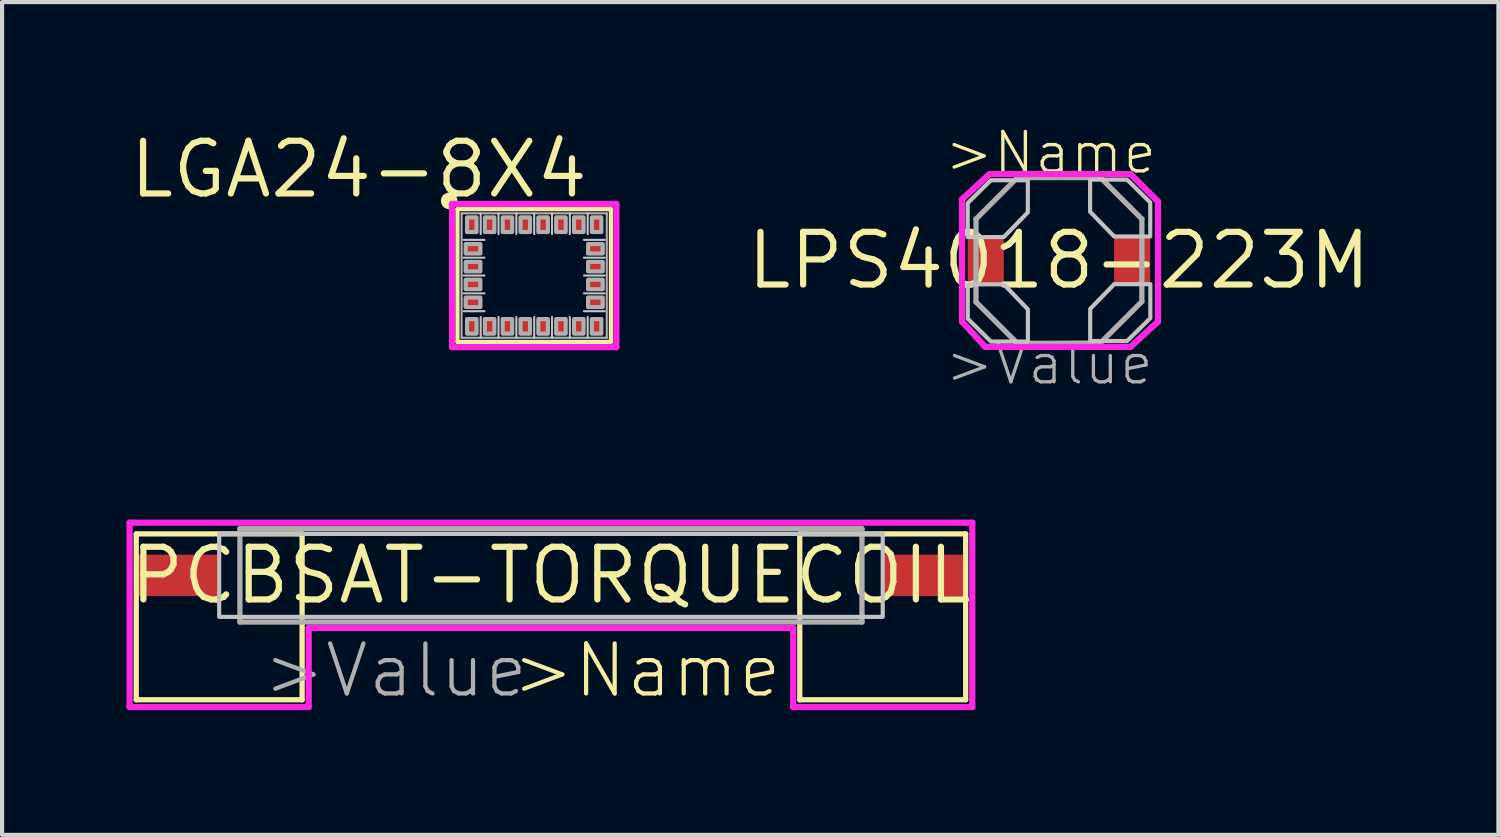
<source format=kicad_pcb>
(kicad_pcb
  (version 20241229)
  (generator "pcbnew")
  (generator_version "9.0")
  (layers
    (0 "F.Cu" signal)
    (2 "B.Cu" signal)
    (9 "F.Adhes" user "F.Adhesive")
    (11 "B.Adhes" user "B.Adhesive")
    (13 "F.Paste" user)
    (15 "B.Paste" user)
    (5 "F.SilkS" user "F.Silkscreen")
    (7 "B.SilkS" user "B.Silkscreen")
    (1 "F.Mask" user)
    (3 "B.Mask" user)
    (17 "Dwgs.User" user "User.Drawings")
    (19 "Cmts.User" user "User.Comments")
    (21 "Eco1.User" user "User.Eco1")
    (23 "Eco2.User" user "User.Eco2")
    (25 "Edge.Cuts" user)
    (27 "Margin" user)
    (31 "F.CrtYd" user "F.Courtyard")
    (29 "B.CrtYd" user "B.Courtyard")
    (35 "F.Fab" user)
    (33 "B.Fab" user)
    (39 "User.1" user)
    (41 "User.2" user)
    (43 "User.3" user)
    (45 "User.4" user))
  (footprint "PCBSAT-TORQUECOIL"
    (layer "F.Cu")
    (at 10.235 10.824)
    (property "Reference" "PCBSAT-TORQUECOIL" (at 0 0 0) (layer "F.SilkS") (effects (font (size 1.27 1.27) (thickness 0.15))))
    (attr through_hole)
    (fp_line (start -10 -1) (end -10 3) (stroke (width 0.127) (type solid)) (layer "F.SilkS"))
    (fp_line (start -10 3) (end -6 3) (stroke (width 0.127) (type solid)) (layer "F.SilkS"))
    (fp_line (start -6 -1) (end -10 -1) (stroke (width 0.127) (type solid)) (layer "F.SilkS"))
    (fp_line (start -6 3) (end -6 -1) (stroke (width 0.127) (type solid)) (layer "F.SilkS"))
    (fp_line (start 6 -1) (end 10 -1) (stroke (width 0.127) (type solid)) (layer "F.SilkS"))
    (fp_line (start 6 3) (end 6 -1) (stroke (width 0.127) (type solid)) (layer "F.SilkS"))
    (fp_line (start 10 -1) (end 10 3) (stroke (width 0.127) (type solid)) (layer "F.SilkS"))
    (fp_line (start 10 3) (end 6 3) (stroke (width 0.127) (type solid)) (layer "F.SilkS"))
    (fp_poly (pts (xy -8 1) (xy 8 1) (xy 8 -1) (xy -8 -1)) (stroke (width 0.1) (type solid)) (fill no) (layer "Dwgs.User"))
    (fp_line (start -10.16 -1.27) (end 10.16 -1.27) (stroke (width 0.15) (type solid)) (layer "F.CrtYd"))
    (fp_line (start -10.16 3.175) (end -10.16 -1.27) (stroke (width 0.15) (type solid)) (layer "F.CrtYd"))
    (fp_line (start -10.16 3.175) (end -5.842 3.175) (stroke (width 0.15) (type solid)) (layer "F.CrtYd"))
    (fp_line (start -5.842 1.27) (end 5.842 1.27) (stroke (width 0.15) (type solid)) (layer "F.CrtYd"))
    (fp_line (start -5.842 3.175) (end -5.842 1.27) (stroke (width 0.15) (type solid)) (layer "F.CrtYd"))
    (fp_line (start 5.842 1.27) (end 5.842 3.175) (stroke (width 0.15) (type solid)) (layer "F.CrtYd"))
    (fp_line (start 5.842 3.175) (end 10.16 3.175) (stroke (width 0.15) (type solid)) (layer "F.CrtYd"))
    (fp_line (start 10.16 -1.27) (end 10.16 3.175) (stroke (width 0.15) (type solid)) (layer "F.CrtYd"))
    (fp_line (start -7.5 -1.125) (end 7.5 -1.125) (stroke (width 0.127) (type solid)) (layer "F.Fab"))
    (fp_line (start -7.5 1.125) (end -7.5 -1.125) (stroke (width 0.127) (type solid)) (layer "F.Fab"))
    (fp_line (start 7.5 -1.125) (end 7.5 1.125) (stroke (width 0.127) (type solid)) (layer "F.Fab"))
    (fp_line (start 7.5 1.125) (end -7.5 1.125) (stroke (width 0.127) (type solid)) (layer "F.Fab"))
    (fp_text user ">Name" (at -1 3 0) (layer "F.SilkS") (effects (font (size 1.206 1.206) (thickness 0.102)) (justify left bottom)))
    (fp_text user ">Value" (at -7 3 0) (layer "F.Fab") (effects (font (size 1.206 1.206) (thickness 0.102)) (justify left bottom)))
    (pad "1" smd rect (at -9 0) (size 2 1) (layers "F.Cu" "F.Mask" "F.Paste"))
    (pad "2" smd rect (at 9 0) (size 2 1) (layers "F.Cu" "F.Mask" "F.Paste")))
  (footprint "LGA24-8X4"
    (layer "F.Cu")
    (at 9.831 3.594)
    (property "Reference" "LGA24-8X4" (at 1.372 -3.302 0) (layer "F.SilkS") (effects (font (size 1.27 1.27) (thickness 0.15)) (justify right top)))
    (attr through_hole)
    (fp_line (start -1.85 -1.6) (end 1.85 -1.6) (stroke (width 0.102) (type solid)) (layer "F.SilkS"))
    (fp_line (start -1.85 1.6) (end -1.85 -1.6) (stroke (width 0.102) (type solid)) (layer "F.SilkS"))
    (fp_line (start 1.85 -1.6) (end 1.85 1.6) (stroke (width 0.102) (type solid)) (layer "F.SilkS"))
    (fp_line (start 1.85 1.6) (end -1.85 1.6) (stroke (width 0.102) (type solid)) (layer "F.SilkS"))
    (fp_circle (center -2.05 -1.8) (end -1.85 -1.8) (stroke (width 0) (type solid)) (fill yes) (layer "F.SilkS"))
    (fp_line (start -1.7 -0.86) (end -1.2 -0.86) (stroke (width 0.051) (type solid)) (layer "Dwgs.User"))
    (fp_line (start -1.7 -0.43) (end -1.2 -0.43) (stroke (width 0.051) (type solid)) (layer "Dwgs.User"))
    (fp_line (start -1.7 0) (end -1.2 0) (stroke (width 0.051) (type solid)) (layer "Dwgs.User"))
    (fp_line (start -1.7 0.43) (end -1.2 0.43) (stroke (width 0.051) (type solid)) (layer "Dwgs.User"))
    (fp_line (start -1.7 0.86) (end -1.2 0.86) (stroke (width 0.051) (type solid)) (layer "Dwgs.User"))
    (fp_line (start -1.29 -1.5) (end -1.29 -1) (stroke (width 0.051) (type solid)) (layer "Dwgs.User"))
    (fp_line (start -1.29 1.5) (end -1.29 1) (stroke (width 0.051) (type solid)) (layer "Dwgs.User"))
    (fp_line (start -0.86 -1.5) (end -0.86 -1) (stroke (width 0.051) (type solid)) (layer "Dwgs.User"))
    (fp_line (start -0.86 1.5) (end -0.86 1) (stroke (width 0.051) (type solid)) (layer "Dwgs.User"))
    (fp_line (start -0.43 -1.5) (end -0.43 -1) (stroke (width 0.051) (type solid)) (layer "Dwgs.User"))
    (fp_line (start -0.43 1.5) (end -0.43 1) (stroke (width 0.051) (type solid)) (layer "Dwgs.User"))
    (fp_line (start 0 -1.5) (end 0 -1) (stroke (width 0.051) (type solid)) (layer "Dwgs.User"))
    (fp_line (start 0 1.5) (end 0 1) (stroke (width 0.051) (type solid)) (layer "Dwgs.User"))
    (fp_line (start 0.43 -1.5) (end 0.43 -1) (stroke (width 0.051) (type solid)) (layer "Dwgs.User"))
    (fp_line (start 0.43 1.5) (end 0.43 1) (stroke (width 0.051) (type solid)) (layer "Dwgs.User"))
    (fp_line (start 0.86 -1.5) (end 0.86 -1) (stroke (width 0.051) (type solid)) (layer "Dwgs.User"))
    (fp_line (start 0.86 1.5) (end 0.86 1) (stroke (width 0.051) (type solid)) (layer "Dwgs.User"))
    (fp_line (start 1.29 -1.5) (end 1.29 -1) (stroke (width 0.051) (type solid)) (layer "Dwgs.User"))
    (fp_line (start 1.29 1.5) (end 1.29 1) (stroke (width 0.051) (type solid)) (layer "Dwgs.User"))
    (fp_line (start 1.7 -0.86) (end 1.2 -0.86) (stroke (width 0.051) (type solid)) (layer "Dwgs.User"))
    (fp_line (start 1.7 -0.43) (end 1.2 -0.43) (stroke (width 0.051) (type solid)) (layer "Dwgs.User"))
    (fp_line (start 1.7 0) (end 1.2 0) (stroke (width 0.051) (type solid)) (layer "Dwgs.User"))
    (fp_line (start 1.7 0.43) (end 1.2 0.43) (stroke (width 0.051) (type solid)) (layer "Dwgs.User"))
    (fp_line (start 1.7 0.86) (end 1.2 0.86) (stroke (width 0.051) (type solid)) (layer "Dwgs.User"))
    (fp_line (start -1.981 -1.727) (end -1.981 1.727) (stroke (width 0.15) (type solid)) (layer "F.CrtYd"))
    (fp_line (start -1.981 1.727) (end 1.981 1.727) (stroke (width 0.15) (type solid)) (layer "F.CrtYd"))
    (fp_line (start 1.981 -1.727) (end -1.981 -1.727) (stroke (width 0.15) (type solid)) (layer "F.CrtYd"))
    (fp_line (start 1.981 1.727) (end 1.981 -1.727) (stroke (width 0.15) (type solid)) (layer "F.CrtYd"))
    (fp_line (start -1.75 -1.5) (end 1.75 -1.5) (stroke (width 0.051) (type solid)) (layer "F.Fab"))
    (fp_line (start -1.75 1.5) (end -1.75 -1.5) (stroke (width 0.051) (type solid)) (layer "F.Fab"))
    (fp_line (start 1.75 -1.5) (end 1.75 1.5) (stroke (width 0.051) (type solid)) (layer "F.Fab"))
    (fp_line (start 1.75 1.5) (end -1.75 1.5) (stroke (width 0.051) (type solid)) (layer "F.Fab"))
    (fp_poly (pts (xy -1.65 -0.53) (xy -1.3 -0.53) (xy -1.3 -0.76) (xy -1.65 -0.76)) (stroke (width 0.1) (type solid)) (fill no) (layer "F.Fab"))
    (fp_poly (pts (xy -1.65 -0.1) (xy -1.3 -0.1) (xy -1.3 -0.33) (xy -1.65 -0.33)) (stroke (width 0.1) (type solid)) (fill no) (layer "F.Fab"))
    (fp_poly (pts (xy -1.65 0.33) (xy -1.3 0.33) (xy -1.3 0.1) (xy -1.65 0.1)) (stroke (width 0.1) (type solid)) (fill no) (layer "F.Fab"))
    (fp_poly (pts (xy -1.65 0.76) (xy -1.3 0.76) (xy -1.3 0.53) (xy -1.65 0.53)) (stroke (width 0.1) (type solid)) (fill no) (layer "F.Fab"))
    (fp_poly (pts (xy -1.62 -1.05) (xy -1.39 -1.05) (xy -1.39 -1.4) (xy -1.62 -1.4)) (stroke (width 0.1) (type solid)) (fill no) (layer "F.Fab"))
    (fp_poly (pts (xy -1.39 1.05) (xy -1.62 1.05) (xy -1.62 1.4) (xy -1.39 1.4)) (stroke (width 0.1) (type solid)) (fill no) (layer "F.Fab"))
    (fp_poly (pts (xy -1.19 -1.05) (xy -0.96 -1.05) (xy -0.96 -1.4) (xy -1.19 -1.4)) (stroke (width 0.1) (type solid)) (fill no) (layer "F.Fab"))
    (fp_poly (pts (xy -0.96 1.05) (xy -1.19 1.05) (xy -1.19 1.4) (xy -0.96 1.4)) (stroke (width 0.1) (type solid)) (fill no) (layer "F.Fab"))
    (fp_poly (pts (xy -0.76 -1.05) (xy -0.53 -1.05) (xy -0.53 -1.4) (xy -0.76 -1.4)) (stroke (width 0.1) (type solid)) (fill no) (layer "F.Fab"))
    (fp_poly (pts (xy -0.53 1.05) (xy -0.76 1.05) (xy -0.76 1.4) (xy -0.53 1.4)) (stroke (width 0.1) (type solid)) (fill no) (layer "F.Fab"))
    (fp_poly (pts (xy -0.33 -1.05) (xy -0.1 -1.05) (xy -0.1 -1.4) (xy -0.33 -1.4)) (stroke (width 0.1) (type solid)) (fill no) (layer "F.Fab"))
    (fp_poly (pts (xy -0.1 1.05) (xy -0.33 1.05) (xy -0.33 1.4) (xy -0.1 1.4)) (stroke (width 0.1) (type solid)) (fill no) (layer "F.Fab"))
    (fp_poly (pts (xy 0.1 -1.05) (xy 0.33 -1.05) (xy 0.33 -1.4) (xy 0.1 -1.4)) (stroke (width 0.1) (type solid)) (fill no) (layer "F.Fab"))
    (fp_poly (pts (xy 0.33 1.05) (xy 0.1 1.05) (xy 0.1 1.4) (xy 0.33 1.4)) (stroke (width 0.1) (type solid)) (fill no) (layer "F.Fab"))
    (fp_poly (pts (xy 0.53 -1.05) (xy 0.76 -1.05) (xy 0.76 -1.4) (xy 0.53 -1.4)) (stroke (width 0.1) (type solid)) (fill no) (layer "F.Fab"))
    (fp_poly (pts (xy 0.76 1.05) (xy 0.53 1.05) (xy 0.53 1.4) (xy 0.76 1.4)) (stroke (width 0.1) (type solid)) (fill no) (layer "F.Fab"))
    (fp_poly (pts (xy 0.96 -1.05) (xy 1.19 -1.05) (xy 1.19 -1.4) (xy 0.96 -1.4)) (stroke (width 0.1) (type solid)) (fill no) (layer "F.Fab"))
    (fp_poly (pts (xy 1.19 1.05) (xy 0.96 1.05) (xy 0.96 1.4) (xy 1.19 1.4)) (stroke (width 0.1) (type solid)) (fill no) (layer "F.Fab"))
    (fp_poly (pts (xy 1.39 -1.05) (xy 1.62 -1.05) (xy 1.62 -1.4) (xy 1.39 -1.4)) (stroke (width 0.1) (type solid)) (fill no) (layer "F.Fab"))
    (fp_poly (pts (xy 1.62 1.05) (xy 1.39 1.05) (xy 1.39 1.4) (xy 1.62 1.4)) (stroke (width 0.1) (type solid)) (fill no) (layer "F.Fab"))
    (fp_poly (pts (xy 1.65 -0.76) (xy 1.3 -0.76) (xy 1.3 -0.53) (xy 1.65 -0.53)) (stroke (width 0.1) (type solid)) (fill no) (layer "F.Fab"))
    (fp_poly (pts (xy 1.65 -0.33) (xy 1.3 -0.33) (xy 1.3 -0.1) (xy 1.65 -0.1)) (stroke (width 0.1) (type solid)) (fill no) (layer "F.Fab"))
    (fp_poly (pts (xy 1.65 0.1) (xy 1.3 0.1) (xy 1.3 0.33) (xy 1.65 0.33)) (stroke (width 0.1) (type solid)) (fill no) (layer "F.Fab"))
    (fp_poly (pts (xy 1.65 0.53) (xy 1.3 0.53) (xy 1.3 0.76) (xy 1.65 0.76)) (stroke (width 0.1) (type solid)) (fill no) (layer "F.Fab"))
    (pad "1" smd rect (at -1.505 -1.225 90) (size 0.45 0.27) (layers "F.Cu" "F.Mask" "F.Paste"))
    (pad "2" smd rect (at -1.475 -0.645 180) (size 0.45 0.27) (layers "F.Cu" "F.Mask" "F.Paste"))
    (pad "3" smd rect (at -1.475 -0.215 180) (size 0.45 0.27) (layers "F.Cu" "F.Mask" "F.Paste"))
    (pad "4" smd rect (at -1.475 0.215 180) (size 0.45 0.27) (layers "F.Cu" "F.Mask" "F.Paste"))
    (pad "5" smd rect (at -1.475 0.645 180) (size 0.45 0.27) (layers "F.Cu" "F.Mask" "F.Paste"))
    (pad "6" smd rect (at -1.505 1.225 270) (size 0.45 0.27) (layers "F.Cu" "F.Mask" "F.Paste"))
    (pad "7" smd rect (at -1.075 1.225 270) (size 0.45 0.27) (layers "F.Cu" "F.Mask" "F.Paste"))
    (pad "8" smd rect (at -0.645 1.225 270) (size 0.45 0.27) (layers "F.Cu" "F.Mask" "F.Paste"))
    (pad "9" smd rect (at -0.215 1.225 270) (size 0.45 0.27) (layers "F.Cu" "F.Mask" "F.Paste"))
    (pad "10" smd rect (at 0.215 1.225 270) (size 0.45 0.27) (layers "F.Cu" "F.Mask" "F.Paste"))
    (pad "11" smd rect (at 0.645 1.225 270) (size 0.45 0.27) (layers "F.Cu" "F.Mask" "F.Paste"))
    (pad "12" smd rect (at 1.075 1.225 270) (size 0.45 0.27) (layers "F.Cu" "F.Mask" "F.Paste"))
    (pad "13" smd rect (at 1.505 1.225 270) (size 0.45 0.27) (layers "F.Cu" "F.Mask" "F.Paste"))
    (pad "14" smd rect (at 1.475 0.645) (size 0.45 0.27) (layers "F.Cu" "F.Mask" "F.Paste"))
    (pad "15" smd rect (at 1.475 0.215) (size 0.45 0.27) (layers "F.Cu" "F.Mask" "F.Paste"))
    (pad "16" smd rect (at 1.475 -0.215) (size 0.45 0.27) (layers "F.Cu" "F.Mask" "F.Paste"))
    (pad "17" smd rect (at 1.475 -0.645) (size 0.45 0.27) (layers "F.Cu" "F.Mask" "F.Paste"))
    (pad "18" smd rect (at 1.505 -1.225 90) (size 0.45 0.27) (layers "F.Cu" "F.Mask" "F.Paste"))
    (pad "19" smd rect (at 1.075 -1.225 90) (size 0.45 0.27) (layers "F.Cu" "F.Mask" "F.Paste"))
    (pad "20" smd rect (at 0.645 -1.225 90) (size 0.45 0.27) (layers "F.Cu" "F.Mask" "F.Paste"))
    (pad "21" smd rect (at 0.215 -1.225 90) (size 0.45 0.27) (layers "F.Cu" "F.Mask" "F.Paste"))
    (pad "22" smd rect (at -0.215 -1.225 90) (size 0.45 0.27) (layers "F.Cu" "F.Mask" "F.Paste"))
    (pad "23" smd rect (at -0.645 -1.225 90) (size 0.45 0.27) (layers "F.Cu" "F.Mask" "F.Paste"))
    (pad "24" smd rect (at -1.075 -1.225 90) (size 0.45 0.27) (layers "F.Cu" "F.Mask" "F.Paste")))
  (footprint "LPS4018-223M"
    (layer "F.Cu")
    (at 22.484 3.231)
    (property "Reference" "LPS4018-223M" (at 0 0 0) (layer "F.SilkS") (effects (font (size 1.27 1.27) (thickness 0.15))))
    (attr through_hole)
    (fp_poly (pts (xy -1.33 -0.575) (xy -0.75 -1.17) (xy -0.75 -1.945) (xy -1.64 -1.945) (xy -2.2 -1.395) (xy -2.2 -0.575)) (stroke (width 0) (type solid)) (fill yes) (layer "F.Mask"))
    (fp_poly (pts (xy -1.328 0.575) (xy -0.748 1.18) (xy -0.748 1.955) (xy -1.638 1.955) (xy -2.198 1.405) (xy -2.198 0.575)) (stroke (width 0) (type solid)) (fill yes) (layer "F.Mask"))
    (fp_poly (pts (xy 1.332 -0.569) (xy 0.752 -1.164) (xy 0.752 -1.939) (xy 1.642 -1.939) (xy 2.202 -1.389) (xy 2.202 -0.569)) (stroke (width 0) (type solid)) (fill yes) (layer "F.Mask"))
    (fp_poly (pts (xy 1.334 0.571) (xy 0.754 1.166) (xy 0.754 1.941) (xy 1.644 1.941) (xy 2.204 1.391) (xy 2.204 0.571)) (stroke (width 0) (type solid)) (fill yes) (layer "F.Mask"))
    (fp_poly (pts (xy -1.33 -0.565) (xy -0.75 -1.16) (xy -0.75 -1.935) (xy -1.64 -1.935) (xy -2.2 -1.385) (xy -2.2 -0.565)) (stroke (width 0.1) (type solid)) (fill no) (layer "Dwgs.User"))
    (fp_poly (pts (xy -1.328 0.575) (xy -0.748 1.18) (xy -0.748 1.955) (xy -1.638 1.955) (xy -2.198 1.405) (xy -2.198 0.575)) (stroke (width 0.1) (type solid)) (fill no) (layer "Dwgs.User"))
    (fp_poly (pts (xy 1.332 -0.579) (xy 0.752 -1.174) (xy 0.752 -1.949) (xy 1.642 -1.949) (xy 2.202 -1.399) (xy 2.202 -0.579)) (stroke (width 0.1) (type solid)) (fill no) (layer "Dwgs.User"))
    (fp_poly (pts (xy 1.334 0.571) (xy 0.754 1.166) (xy 0.754 1.941) (xy 1.644 1.941) (xy 2.204 1.391) (xy 2.204 0.571)) (stroke (width 0.1) (type solid)) (fill no) (layer "Dwgs.User"))
    (fp_line (start -2.337 -1.473) (end -1.676 -2.083) (stroke (width 0.15) (type solid)) (layer "F.CrtYd"))
    (fp_line (start -2.337 1.473) (end -2.337 -1.473) (stroke (width 0.15) (type solid)) (layer "F.CrtYd"))
    (fp_line (start -1.778 2.083) (end -2.337 1.473) (stroke (width 0.15) (type solid)) (layer "F.CrtYd"))
    (fp_line (start -1.676 -2.083) (end 1.727 -2.083) (stroke (width 0.15) (type solid)) (layer "F.CrtYd"))
    (fp_line (start 1.727 -2.083) (end 2.388 -1.422) (stroke (width 0.15) (type solid)) (layer "F.CrtYd"))
    (fp_line (start 1.727 2.083) (end -1.778 2.083) (stroke (width 0.15) (type solid)) (layer "F.CrtYd"))
    (fp_line (start 2.388 -1.422) (end 2.388 1.473) (stroke (width 0.15) (type solid)) (layer "F.CrtYd"))
    (fp_line (start 2.388 1.473) (end 1.727 2.083) (stroke (width 0.15) (type solid)) (layer "F.CrtYd"))
    (fp_line (start -2 -1) (end -2 1) (stroke (width 0.127) (type solid)) (layer "F.Fab"))
    (fp_line (start -2 1) (end -1 2) (stroke (width 0.127) (type solid)) (layer "F.Fab"))
    (fp_line (start -1 -2) (end -2 -1) (stroke (width 0.127) (type solid)) (layer "F.Fab"))
    (fp_line (start -1 -2) (end 1 -2) (stroke (width 0.127) (type solid)) (layer "F.Fab"))
    (fp_line (start -1 2) (end 1 1.99) (stroke (width 0.127) (type solid)) (layer "F.Fab"))
    (fp_line (start 1 -2) (end 2 -1) (stroke (width 0.127) (type solid)) (layer "F.Fab"))
    (fp_line (start 1 1.99) (end 2 0.99) (stroke (width 0.127) (type solid)) (layer "F.Fab"))
    (fp_line (start 2 0.99) (end 2 -1) (stroke (width 0.127) (type solid)) (layer "F.Fab"))
    (fp_text user ">Name" (at -2.807 -2.041 0) (layer "F.SilkS") (effects (font (size 0.95 0.95) (thickness 0.08)) (justify left bottom)))
    (fp_text user ">Value" (at -2.795 3.046 0) (layer "F.Fab") (effects (font (size 0.95 0.95) (thickness 0.08)) (justify left bottom)))
    (pad "P$1" smd rect (at -1.765 0) (size 0.87 1.15) (layers "F.Cu" "F.Mask" "F.Paste"))
    (pad "P$2" smd rect (at 1.765 0) (size 0.87 1.15) (layers "F.Cu" "F.Mask" "F.Paste")))
  (gr_rect
    (start -3 -3)
    (end 33.081 17.081)
    (stroke (width 0.1) (type default))
    (fill no)
    (layer "Edge.Cuts")))
</source>
